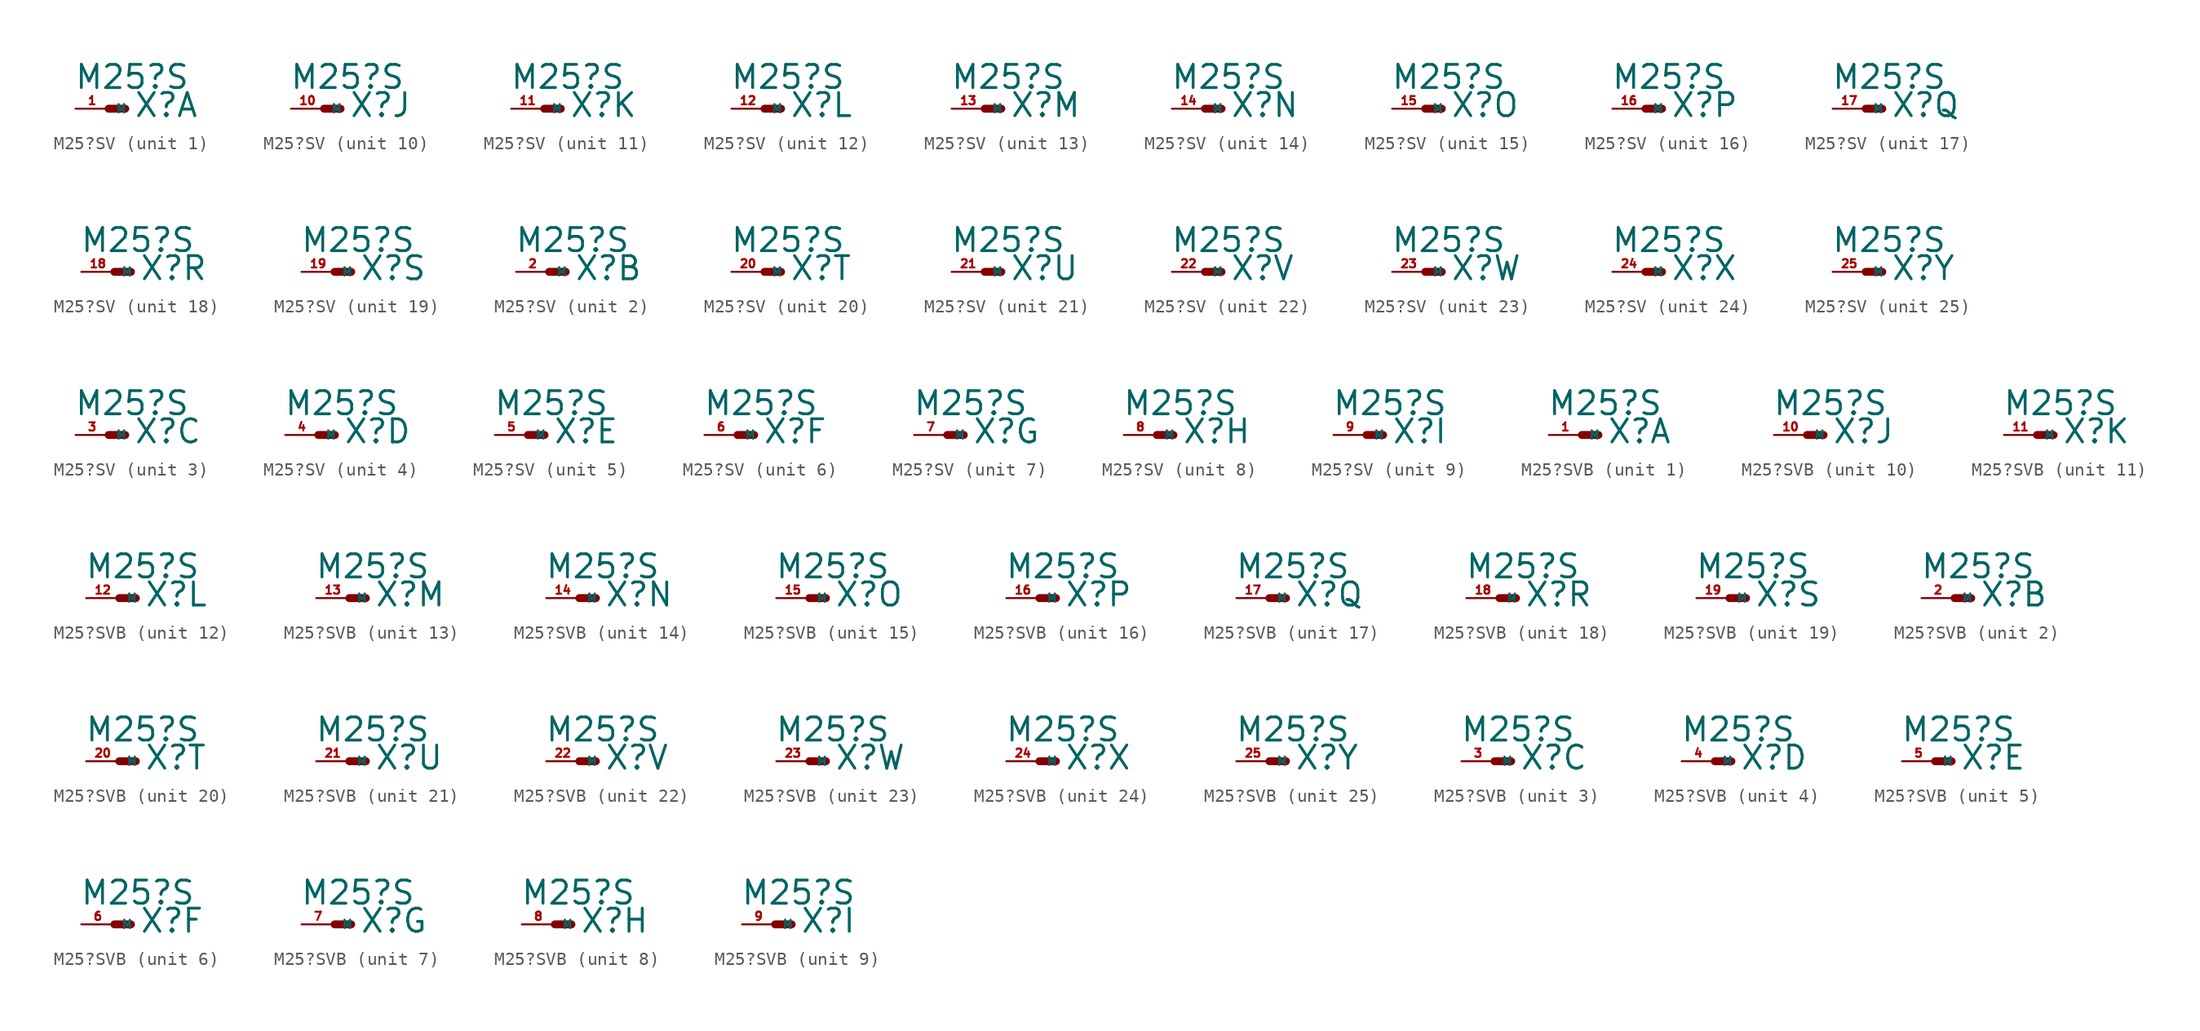
<source format=kicad_sym>
(kicad_symbol_lib
  (version 20220914)
  (generator Eagle2Kicad)
  (symbol "M25?SV"
    (property "Reference" "X"
      (at 1.905 -0.762 0)
      (effects (font (size 1.778 1.778) (thickness 0.22)) (justify left bottom)))
    (property "Value" "M25?S"
      (at -2.667 1.397 0)
      (effects (font (size 1.778 1.778) (thickness 0.22)) (justify left bottom)))
    (symbol "M25?SV_1_0"
      (polyline (pts (xy 0 0) (xy 1.27 0)) (stroke (width 0.61) (type default)) (fill (type none)))
      (pin passive line (at -2.54 0 0) (length 2.54) (name "M" (effects (font (size 0.635 0.635) (thickness 0.08)) (justify left bottom))) (number "1" (effects (font (size 0.635 0.635) (thickness 0.08)) (justify left bottom)))))
    (symbol "M25?SV_2_0"
      (polyline (pts (xy 0 0) (xy 1.27 0)) (stroke (width 0.61) (type default)) (fill (type none)))
      (pin passive line (at -2.54 0 0) (length 2.54) (name "M" (effects (font (size 0.635 0.635) (thickness 0.08)) (justify left bottom))) (number "2" (effects (font (size 0.635 0.635) (thickness 0.08)) (justify left bottom)))))
    (symbol "M25?SV_3_0"
      (polyline (pts (xy 0 0) (xy 1.27 0)) (stroke (width 0.61) (type default)) (fill (type none)))
      (pin passive line (at -2.54 0 0) (length 2.54) (name "M" (effects (font (size 0.635 0.635) (thickness 0.08)) (justify left bottom))) (number "3" (effects (font (size 0.635 0.635) (thickness 0.08)) (justify left bottom)))))
    (symbol "M25?SV_4_0"
      (polyline (pts (xy 0 0) (xy 1.27 0)) (stroke (width 0.61) (type default)) (fill (type none)))
      (pin passive line (at -2.54 0 0) (length 2.54) (name "M" (effects (font (size 0.635 0.635) (thickness 0.08)) (justify left bottom))) (number "4" (effects (font (size 0.635 0.635) (thickness 0.08)) (justify left bottom)))))
    (symbol "M25?SV_5_0"
      (polyline (pts (xy 0 0) (xy 1.27 0)) (stroke (width 0.61) (type default)) (fill (type none)))
      (pin passive line (at -2.54 0 0) (length 2.54) (name "M" (effects (font (size 0.635 0.635) (thickness 0.08)) (justify left bottom))) (number "5" (effects (font (size 0.635 0.635) (thickness 0.08)) (justify left bottom)))))
    (symbol "M25?SV_6_0"
      (polyline (pts (xy 0 0) (xy 1.27 0)) (stroke (width 0.61) (type default)) (fill (type none)))
      (pin passive line (at -2.54 0 0) (length 2.54) (name "M" (effects (font (size 0.635 0.635) (thickness 0.08)) (justify left bottom))) (number "6" (effects (font (size 0.635 0.635) (thickness 0.08)) (justify left bottom)))))
    (symbol "M25?SV_7_0"
      (polyline (pts (xy 0 0) (xy 1.27 0)) (stroke (width 0.61) (type default)) (fill (type none)))
      (pin passive line (at -2.54 0 0) (length 2.54) (name "M" (effects (font (size 0.635 0.635) (thickness 0.08)) (justify left bottom))) (number "7" (effects (font (size 0.635 0.635) (thickness 0.08)) (justify left bottom)))))
    (symbol "M25?SV_8_0"
      (polyline (pts (xy 0 0) (xy 1.27 0)) (stroke (width 0.61) (type default)) (fill (type none)))
      (pin passive line (at -2.54 0 0) (length 2.54) (name "M" (effects (font (size 0.635 0.635) (thickness 0.08)) (justify left bottom))) (number "8" (effects (font (size 0.635 0.635) (thickness 0.08)) (justify left bottom)))))
    (symbol "M25?SV_9_0"
      (polyline (pts (xy 0 0) (xy 1.27 0)) (stroke (width 0.61) (type default)) (fill (type none)))
      (pin passive line (at -2.54 0 0) (length 2.54) (name "M" (effects (font (size 0.635 0.635) (thickness 0.08)) (justify left bottom))) (number "9" (effects (font (size 0.635 0.635) (thickness 0.08)) (justify left bottom)))))
    (symbol "M25?SV_10_0"
      (polyline (pts (xy 0 0) (xy 1.27 0)) (stroke (width 0.61) (type default)) (fill (type none)))
      (pin passive line (at -2.54 0 0) (length 2.54) (name "M" (effects (font (size 0.635 0.635) (thickness 0.08)) (justify left bottom))) (number "10" (effects (font (size 0.635 0.635) (thickness 0.08)) (justify left bottom)))))
    (symbol "M25?SV_11_0"
      (polyline (pts (xy 0 0) (xy 1.27 0)) (stroke (width 0.61) (type default)) (fill (type none)))
      (pin passive line (at -2.54 0 0) (length 2.54) (name "M" (effects (font (size 0.635 0.635) (thickness 0.08)) (justify left bottom))) (number "11" (effects (font (size 0.635 0.635) (thickness 0.08)) (justify left bottom)))))
    (symbol "M25?SV_12_0"
      (polyline (pts (xy 0 0) (xy 1.27 0)) (stroke (width 0.61) (type default)) (fill (type none)))
      (pin passive line (at -2.54 0 0) (length 2.54) (name "M" (effects (font (size 0.635 0.635) (thickness 0.08)) (justify left bottom))) (number "12" (effects (font (size 0.635 0.635) (thickness 0.08)) (justify left bottom)))))
    (symbol "M25?SV_13_0"
      (polyline (pts (xy 0 0) (xy 1.27 0)) (stroke (width 0.61) (type default)) (fill (type none)))
      (pin passive line (at -2.54 0 0) (length 2.54) (name "M" (effects (font (size 0.635 0.635) (thickness 0.08)) (justify left bottom))) (number "13" (effects (font (size 0.635 0.635) (thickness 0.08)) (justify left bottom)))))
    (symbol "M25?SV_14_0"
      (polyline (pts (xy 0 0) (xy 1.27 0)) (stroke (width 0.61) (type default)) (fill (type none)))
      (pin passive line (at -2.54 0 0) (length 2.54) (name "M" (effects (font (size 0.635 0.635) (thickness 0.08)) (justify left bottom))) (number "14" (effects (font (size 0.635 0.635) (thickness 0.08)) (justify left bottom)))))
    (symbol "M25?SV_15_0"
      (polyline (pts (xy 0 0) (xy 1.27 0)) (stroke (width 0.61) (type default)) (fill (type none)))
      (pin passive line (at -2.54 0 0) (length 2.54) (name "M" (effects (font (size 0.635 0.635) (thickness 0.08)) (justify left bottom))) (number "15" (effects (font (size 0.635 0.635) (thickness 0.08)) (justify left bottom)))))
    (symbol "M25?SV_16_0"
      (polyline (pts (xy 0 0) (xy 1.27 0)) (stroke (width 0.61) (type default)) (fill (type none)))
      (pin passive line (at -2.54 0 0) (length 2.54) (name "M" (effects (font (size 0.635 0.635) (thickness 0.08)) (justify left bottom))) (number "16" (effects (font (size 0.635 0.635) (thickness 0.08)) (justify left bottom)))))
    (symbol "M25?SV_17_0"
      (polyline (pts (xy 0 0) (xy 1.27 0)) (stroke (width 0.61) (type default)) (fill (type none)))
      (pin passive line (at -2.54 0 0) (length 2.54) (name "M" (effects (font (size 0.635 0.635) (thickness 0.08)) (justify left bottom))) (number "17" (effects (font (size 0.635 0.635) (thickness 0.08)) (justify left bottom)))))
    (symbol "M25?SV_18_0"
      (polyline (pts (xy 0 0) (xy 1.27 0)) (stroke (width 0.61) (type default)) (fill (type none)))
      (pin passive line (at -2.54 0 0) (length 2.54) (name "M" (effects (font (size 0.635 0.635) (thickness 0.08)) (justify left bottom))) (number "18" (effects (font (size 0.635 0.635) (thickness 0.08)) (justify left bottom)))))
    (symbol "M25?SV_19_0"
      (polyline (pts (xy 0 0) (xy 1.27 0)) (stroke (width 0.61) (type default)) (fill (type none)))
      (pin passive line (at -2.54 0 0) (length 2.54) (name "M" (effects (font (size 0.635 0.635) (thickness 0.08)) (justify left bottom))) (number "19" (effects (font (size 0.635 0.635) (thickness 0.08)) (justify left bottom)))))
    (symbol "M25?SV_20_0"
      (polyline (pts (xy 0 0) (xy 1.27 0)) (stroke (width 0.61) (type default)) (fill (type none)))
      (pin passive line (at -2.54 0 0) (length 2.54) (name "M" (effects (font (size 0.635 0.635) (thickness 0.08)) (justify left bottom))) (number "20" (effects (font (size 0.635 0.635) (thickness 0.08)) (justify left bottom)))))
    (symbol "M25?SV_21_0"
      (polyline (pts (xy 0 0) (xy 1.27 0)) (stroke (width 0.61) (type default)) (fill (type none)))
      (pin passive line (at -2.54 0 0) (length 2.54) (name "M" (effects (font (size 0.635 0.635) (thickness 0.08)) (justify left bottom))) (number "21" (effects (font (size 0.635 0.635) (thickness 0.08)) (justify left bottom)))))
    (symbol "M25?SV_22_0"
      (polyline (pts (xy 0 0) (xy 1.27 0)) (stroke (width 0.61) (type default)) (fill (type none)))
      (pin passive line (at -2.54 0 0) (length 2.54) (name "M" (effects (font (size 0.635 0.635) (thickness 0.08)) (justify left bottom))) (number "22" (effects (font (size 0.635 0.635) (thickness 0.08)) (justify left bottom)))))
    (symbol "M25?SV_23_0"
      (polyline (pts (xy 0 0) (xy 1.27 0)) (stroke (width 0.61) (type default)) (fill (type none)))
      (pin passive line (at -2.54 0 0) (length 2.54) (name "M" (effects (font (size 0.635 0.635) (thickness 0.08)) (justify left bottom))) (number "23" (effects (font (size 0.635 0.635) (thickness 0.08)) (justify left bottom)))))
    (symbol "M25?SV_24_0"
      (polyline (pts (xy 0 0) (xy 1.27 0)) (stroke (width 0.61) (type default)) (fill (type none)))
      (pin passive line (at -2.54 0 0) (length 2.54) (name "M" (effects (font (size 0.635 0.635) (thickness 0.08)) (justify left bottom))) (number "24" (effects (font (size 0.635 0.635) (thickness 0.08)) (justify left bottom)))))
    (symbol "M25?SV_25_0"
      (polyline (pts (xy 0 0) (xy 1.27 0)) (stroke (width 0.61) (type default)) (fill (type none)))
      (pin passive line (at -2.54 0 0) (length 2.54) (name "M" (effects (font (size 0.635 0.635) (thickness 0.08)) (justify left bottom))) (number "25" (effects (font (size 0.635 0.635) (thickness 0.08)) (justify left bottom))))))
  (symbol "M25?SVB"
    (property "Reference" "X"
      (at 1.905 -0.762 0)
      (effects (font (size 1.778 1.778) (thickness 0.22)) (justify left bottom)))
    (property "Value" "M25?S"
      (at -2.667 1.397 0)
      (effects (font (size 1.778 1.778) (thickness 0.22)) (justify left bottom)))
    (symbol "M25?SVB_1_0"
      (polyline (pts (xy 0 0) (xy 1.27 0)) (stroke (width 0.61) (type default)) (fill (type none)))
      (pin passive line (at -2.54 0 0) (length 2.54) (name "M" (effects (font (size 0.635 0.635) (thickness 0.08)) (justify left bottom))) (number "1" (effects (font (size 0.635 0.635) (thickness 0.08)) (justify left bottom)))))
    (symbol "M25?SVB_2_0"
      (polyline (pts (xy 0 0) (xy 1.27 0)) (stroke (width 0.61) (type default)) (fill (type none)))
      (pin passive line (at -2.54 0 0) (length 2.54) (name "M" (effects (font (size 0.635 0.635) (thickness 0.08)) (justify left bottom))) (number "2" (effects (font (size 0.635 0.635) (thickness 0.08)) (justify left bottom)))))
    (symbol "M25?SVB_3_0"
      (polyline (pts (xy 0 0) (xy 1.27 0)) (stroke (width 0.61) (type default)) (fill (type none)))
      (pin passive line (at -2.54 0 0) (length 2.54) (name "M" (effects (font (size 0.635 0.635) (thickness 0.08)) (justify left bottom))) (number "3" (effects (font (size 0.635 0.635) (thickness 0.08)) (justify left bottom)))))
    (symbol "M25?SVB_4_0"
      (polyline (pts (xy 0 0) (xy 1.27 0)) (stroke (width 0.61) (type default)) (fill (type none)))
      (pin passive line (at -2.54 0 0) (length 2.54) (name "M" (effects (font (size 0.635 0.635) (thickness 0.08)) (justify left bottom))) (number "4" (effects (font (size 0.635 0.635) (thickness 0.08)) (justify left bottom)))))
    (symbol "M25?SVB_5_0"
      (polyline (pts (xy 0 0) (xy 1.27 0)) (stroke (width 0.61) (type default)) (fill (type none)))
      (pin passive line (at -2.54 0 0) (length 2.54) (name "M" (effects (font (size 0.635 0.635) (thickness 0.08)) (justify left bottom))) (number "5" (effects (font (size 0.635 0.635) (thickness 0.08)) (justify left bottom)))))
    (symbol "M25?SVB_6_0"
      (polyline (pts (xy 0 0) (xy 1.27 0)) (stroke (width 0.61) (type default)) (fill (type none)))
      (pin passive line (at -2.54 0 0) (length 2.54) (name "M" (effects (font (size 0.635 0.635) (thickness 0.08)) (justify left bottom))) (number "6" (effects (font (size 0.635 0.635) (thickness 0.08)) (justify left bottom)))))
    (symbol "M25?SVB_7_0"
      (polyline (pts (xy 0 0) (xy 1.27 0)) (stroke (width 0.61) (type default)) (fill (type none)))
      (pin passive line (at -2.54 0 0) (length 2.54) (name "M" (effects (font (size 0.635 0.635) (thickness 0.08)) (justify left bottom))) (number "7" (effects (font (size 0.635 0.635) (thickness 0.08)) (justify left bottom)))))
    (symbol "M25?SVB_8_0"
      (polyline (pts (xy 0 0) (xy 1.27 0)) (stroke (width 0.61) (type default)) (fill (type none)))
      (pin passive line (at -2.54 0 0) (length 2.54) (name "M" (effects (font (size 0.635 0.635) (thickness 0.08)) (justify left bottom))) (number "8" (effects (font (size 0.635 0.635) (thickness 0.08)) (justify left bottom)))))
    (symbol "M25?SVB_9_0"
      (polyline (pts (xy 0 0) (xy 1.27 0)) (stroke (width 0.61) (type default)) (fill (type none)))
      (pin passive line (at -2.54 0 0) (length 2.54) (name "M" (effects (font (size 0.635 0.635) (thickness 0.08)) (justify left bottom))) (number "9" (effects (font (size 0.635 0.635) (thickness 0.08)) (justify left bottom)))))
    (symbol "M25?SVB_10_0"
      (polyline (pts (xy 0 0) (xy 1.27 0)) (stroke (width 0.61) (type default)) (fill (type none)))
      (pin passive line (at -2.54 0 0) (length 2.54) (name "M" (effects (font (size 0.635 0.635) (thickness 0.08)) (justify left bottom))) (number "10" (effects (font (size 0.635 0.635) (thickness 0.08)) (justify left bottom)))))
    (symbol "M25?SVB_11_0"
      (polyline (pts (xy 0 0) (xy 1.27 0)) (stroke (width 0.61) (type default)) (fill (type none)))
      (pin passive line (at -2.54 0 0) (length 2.54) (name "M" (effects (font (size 0.635 0.635) (thickness 0.08)) (justify left bottom))) (number "11" (effects (font (size 0.635 0.635) (thickness 0.08)) (justify left bottom)))))
    (symbol "M25?SVB_12_0"
      (polyline (pts (xy 0 0) (xy 1.27 0)) (stroke (width 0.61) (type default)) (fill (type none)))
      (pin passive line (at -2.54 0 0) (length 2.54) (name "M" (effects (font (size 0.635 0.635) (thickness 0.08)) (justify left bottom))) (number "12" (effects (font (size 0.635 0.635) (thickness 0.08)) (justify left bottom)))))
    (symbol "M25?SVB_13_0"
      (polyline (pts (xy 0 0) (xy 1.27 0)) (stroke (width 0.61) (type default)) (fill (type none)))
      (pin passive line (at -2.54 0 0) (length 2.54) (name "M" (effects (font (size 0.635 0.635) (thickness 0.08)) (justify left bottom))) (number "13" (effects (font (size 0.635 0.635) (thickness 0.08)) (justify left bottom)))))
    (symbol "M25?SVB_14_0"
      (polyline (pts (xy 0 0) (xy 1.27 0)) (stroke (width 0.61) (type default)) (fill (type none)))
      (pin passive line (at -2.54 0 0) (length 2.54) (name "M" (effects (font (size 0.635 0.635) (thickness 0.08)) (justify left bottom))) (number "14" (effects (font (size 0.635 0.635) (thickness 0.08)) (justify left bottom)))))
    (symbol "M25?SVB_15_0"
      (polyline (pts (xy 0 0) (xy 1.27 0)) (stroke (width 0.61) (type default)) (fill (type none)))
      (pin passive line (at -2.54 0 0) (length 2.54) (name "M" (effects (font (size 0.635 0.635) (thickness 0.08)) (justify left bottom))) (number "15" (effects (font (size 0.635 0.635) (thickness 0.08)) (justify left bottom)))))
    (symbol "M25?SVB_16_0"
      (polyline (pts (xy 0 0) (xy 1.27 0)) (stroke (width 0.61) (type default)) (fill (type none)))
      (pin passive line (at -2.54 0 0) (length 2.54) (name "M" (effects (font (size 0.635 0.635) (thickness 0.08)) (justify left bottom))) (number "16" (effects (font (size 0.635 0.635) (thickness 0.08)) (justify left bottom)))))
    (symbol "M25?SVB_17_0"
      (polyline (pts (xy 0 0) (xy 1.27 0)) (stroke (width 0.61) (type default)) (fill (type none)))
      (pin passive line (at -2.54 0 0) (length 2.54) (name "M" (effects (font (size 0.635 0.635) (thickness 0.08)) (justify left bottom))) (number "17" (effects (font (size 0.635 0.635) (thickness 0.08)) (justify left bottom)))))
    (symbol "M25?SVB_18_0"
      (polyline (pts (xy 0 0) (xy 1.27 0)) (stroke (width 0.61) (type default)) (fill (type none)))
      (pin passive line (at -2.54 0 0) (length 2.54) (name "M" (effects (font (size 0.635 0.635) (thickness 0.08)) (justify left bottom))) (number "18" (effects (font (size 0.635 0.635) (thickness 0.08)) (justify left bottom)))))
    (symbol "M25?SVB_19_0"
      (polyline (pts (xy 0 0) (xy 1.27 0)) (stroke (width 0.61) (type default)) (fill (type none)))
      (pin passive line (at -2.54 0 0) (length 2.54) (name "M" (effects (font (size 0.635 0.635) (thickness 0.08)) (justify left bottom))) (number "19" (effects (font (size 0.635 0.635) (thickness 0.08)) (justify left bottom)))))
    (symbol "M25?SVB_20_0"
      (polyline (pts (xy 0 0) (xy 1.27 0)) (stroke (width 0.61) (type default)) (fill (type none)))
      (pin passive line (at -2.54 0 0) (length 2.54) (name "M" (effects (font (size 0.635 0.635) (thickness 0.08)) (justify left bottom))) (number "20" (effects (font (size 0.635 0.635) (thickness 0.08)) (justify left bottom)))))
    (symbol "M25?SVB_21_0"
      (polyline (pts (xy 0 0) (xy 1.27 0)) (stroke (width 0.61) (type default)) (fill (type none)))
      (pin passive line (at -2.54 0 0) (length 2.54) (name "M" (effects (font (size 0.635 0.635) (thickness 0.08)) (justify left bottom))) (number "21" (effects (font (size 0.635 0.635) (thickness 0.08)) (justify left bottom)))))
    (symbol "M25?SVB_22_0"
      (polyline (pts (xy 0 0) (xy 1.27 0)) (stroke (width 0.61) (type default)) (fill (type none)))
      (pin passive line (at -2.54 0 0) (length 2.54) (name "M" (effects (font (size 0.635 0.635) (thickness 0.08)) (justify left bottom))) (number "22" (effects (font (size 0.635 0.635) (thickness 0.08)) (justify left bottom)))))
    (symbol "M25?SVB_23_0"
      (polyline (pts (xy 0 0) (xy 1.27 0)) (stroke (width 0.61) (type default)) (fill (type none)))
      (pin passive line (at -2.54 0 0) (length 2.54) (name "M" (effects (font (size 0.635 0.635) (thickness 0.08)) (justify left bottom))) (number "23" (effects (font (size 0.635 0.635) (thickness 0.08)) (justify left bottom)))))
    (symbol "M25?SVB_24_0"
      (polyline (pts (xy 0 0) (xy 1.27 0)) (stroke (width 0.61) (type default)) (fill (type none)))
      (pin passive line (at -2.54 0 0) (length 2.54) (name "M" (effects (font (size 0.635 0.635) (thickness 0.08)) (justify left bottom))) (number "24" (effects (font (size 0.635 0.635) (thickness 0.08)) (justify left bottom)))))
    (symbol "M25?SVB_25_0"
      (polyline (pts (xy 0 0) (xy 1.27 0)) (stroke (width 0.61) (type default)) (fill (type none)))
      (pin passive line (at -2.54 0 0) (length 2.54) (name "M" (effects (font (size 0.635 0.635) (thickness 0.08)) (justify left bottom))) (number "25" (effects (font (size 0.635 0.635) (thickness 0.08)) (justify left bottom)))))))
</source>
